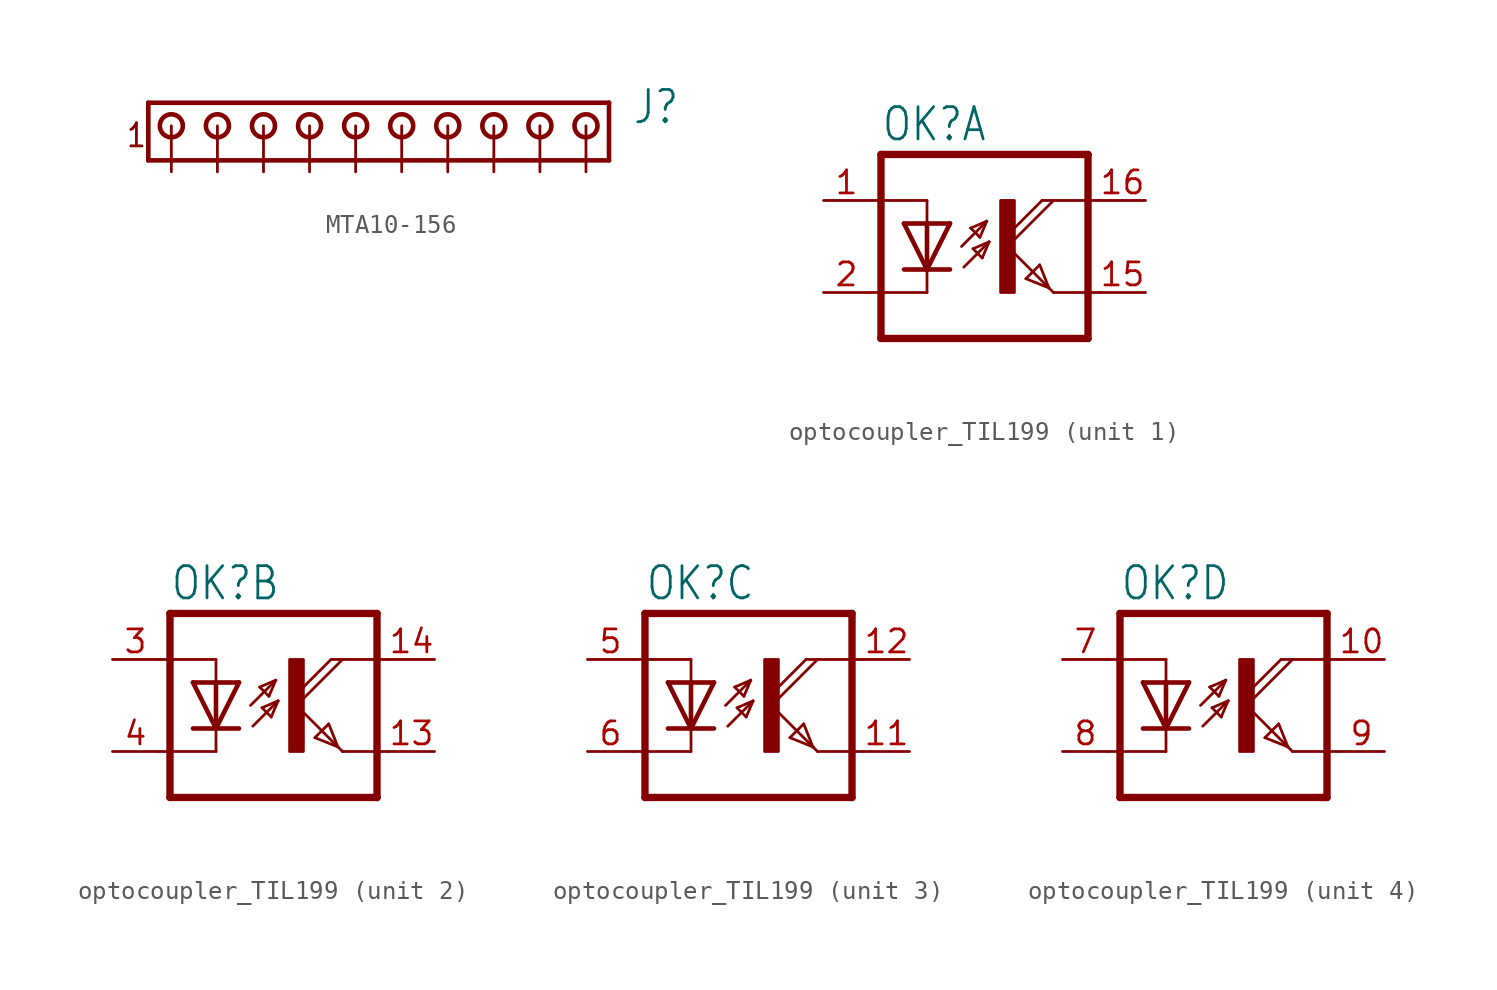
<source format=kicad_sym>
(kicad_symbol_lib
  (version 20231120)
  (generator "kicad_symbol_editor")
  (generator_version "8.0")
  (symbol "MTA10-156"
    (property "Reference" "J"
      (at 25.4 0 0)
      (effects (font (size 1.778 1.511)) (justify left bottom)))
    (property "Value" ""
      (at 25.4 -3.81 0)
      (effects (font (size 1.778 1.511)) (justify left bottom)))
    (property "ki_locked" ""
      (at 0 0 0)
      (effects (font (size 1.27 1.27))))
    (symbol "MTA10-156_1_0"
      (polyline (pts (xy -1.27 1.27) (xy -1.27 -1.905)) (stroke (width 0.254) (type solid)) (fill (type none)))
      (polyline (pts (xy -1.27 1.27) (xy 24.13 1.27)) (stroke (width 0.254) (type solid)) (fill (type none)))
      (polyline (pts (xy 24.13 -1.905) (xy -1.27 -1.905)) (stroke (width 0.254) (type solid)) (fill (type none)))
      (polyline (pts (xy 24.13 -1.905) (xy 24.13 1.27)) (stroke (width 0.254) (type solid)) (fill (type none)))
      (circle (center 0 0) (radius 0.635) (stroke (width 0.254) (type solid)) (fill (type none)))
      (circle (center 2.54 0) (radius 0.635) (stroke (width 0.254) (type solid)) (fill (type none)))
      (circle (center 5.08 0) (radius 0.635) (stroke (width 0.254) (type solid)) (fill (type none)))
      (circle (center 7.62 0) (radius 0.635) (stroke (width 0.254) (type solid)) (fill (type none)))
      (circle (center 10.16 0) (radius 0.635) (stroke (width 0.254) (type solid)) (fill (type none)))
      (circle (center 12.7 0) (radius 0.635) (stroke (width 0.254) (type solid)) (fill (type none)))
      (circle (center 15.24 0) (radius 0.635) (stroke (width 0.254) (type solid)) (fill (type none)))
      (circle (center 17.78 0) (radius 0.635) (stroke (width 0.254) (type solid)) (fill (type none)))
      (circle (center 20.32 0) (radius 0.635) (stroke (width 0.254) (type solid)) (fill (type none)))
      (circle (center 22.86 0) (radius 0.635) (stroke (width 0.254) (type solid)) (fill (type none)))
      (text "1" (at -2.54 -1.27 0) (effects (font (size 1.27 1.079)) (justify left bottom)))
      (pin passive line (at 0 -2.54 90) (length 2.54) (name "1" (effects (font (size 0 0)))) (number "1" (effects (font (size 0 0)))))
      (pin passive line (at 22.86 -2.54 90) (length 2.54) (name "10" (effects (font (size 0 0)))) (number "10" (effects (font (size 0 0)))))
      (pin passive line (at 2.54 -2.54 90) (length 2.54) (name "2" (effects (font (size 0 0)))) (number "2" (effects (font (size 0 0)))))
      (pin passive line (at 5.08 -2.54 90) (length 2.54) (name "3" (effects (font (size 0 0)))) (number "3" (effects (font (size 0 0)))))
      (pin passive line (at 7.62 -2.54 90) (length 2.54) (name "4" (effects (font (size 0 0)))) (number "4" (effects (font (size 0 0)))))
      (pin passive line (at 10.16 -2.54 90) (length 2.54) (name "5" (effects (font (size 0 0)))) (number "5" (effects (font (size 0 0)))))
      (pin passive line (at 12.7 -2.54 90) (length 2.54) (name "6" (effects (font (size 0 0)))) (number "6" (effects (font (size 0 0)))))
      (pin passive line (at 15.24 -2.54 90) (length 2.54) (name "7" (effects (font (size 0 0)))) (number "7" (effects (font (size 0 0)))))
      (pin passive line (at 17.78 -2.54 90) (length 2.54) (name "8" (effects (font (size 0 0)))) (number "8" (effects (font (size 0 0)))))
      (pin passive line (at 20.32 -2.54 90) (length 2.54) (name "9" (effects (font (size 0 0)))) (number "9" (effects (font (size 0 0)))))))
  (symbol "optocoupler_TIL199"
    (property "Reference" "OK"
      (at -6.985 5.715 0)
      (effects (font (size 1.778 1.511)) (justify left bottom)))
    (property "Value" ""
      (at -6.985 -7.62 0)
      (effects (font (size 1.778 1.511)) (justify left bottom)))
    (property "ki_locked" ""
      (at 0 0 0)
      (effects (font (size 1.27 1.27))))
    (symbol "optocoupler_TIL199_1_0"
      (rectangle (start -0.381 -2.54) (end 0.381 2.54) (stroke (width 0) (type default)) (fill (type outline)))
      (polyline (pts (xy -6.985 -5.08) (xy 4.445 -5.08)) (stroke (width 0.406) (type solid)) (fill (type none)))
      (polyline (pts (xy -6.985 5.08) (xy -6.985 -5.08)) (stroke (width 0.406) (type solid)) (fill (type none)))
      (polyline (pts (xy -6.985 5.08) (xy 4.445 5.08)) (stroke (width 0.406) (type solid)) (fill (type none)))
      (polyline (pts (xy -4.445 -2.54) (xy -7.62 -2.54)) (stroke (width 0.152) (type solid)) (fill (type none)))
      (polyline (pts (xy -4.445 -1.27) (xy -5.715 -1.27)) (stroke (width 0.254) (type solid)) (fill (type none)))
      (polyline (pts (xy -4.445 -1.27) (xy -5.715 1.27)) (stroke (width 0.254) (type solid)) (fill (type none)))
      (polyline (pts (xy -4.445 -1.27) (xy -4.445 -2.54)) (stroke (width 0.152) (type solid)) (fill (type none)))
      (polyline (pts (xy -4.445 1.27) (xy -5.715 1.27)) (stroke (width 0.254) (type solid)) (fill (type none)))
      (polyline (pts (xy -4.445 1.27) (xy -4.445 -1.27)) (stroke (width 0.254) (type solid)) (fill (type none)))
      (polyline (pts (xy -4.445 1.27) (xy -4.445 2.54)) (stroke (width 0.152) (type solid)) (fill (type none)))
      (polyline (pts (xy -4.445 2.54) (xy -7.62 2.54)) (stroke (width 0.152) (type solid)) (fill (type none)))
      (polyline (pts (xy -3.175 -1.27) (xy -4.445 -1.27)) (stroke (width 0.254) (type solid)) (fill (type none)))
      (polyline (pts (xy -3.175 1.27) (xy -4.445 -1.27)) (stroke (width 0.254) (type solid)) (fill (type none)))
      (polyline (pts (xy -3.175 1.27) (xy -4.445 1.27)) (stroke (width 0.254) (type solid)) (fill (type none)))
      (polyline (pts (xy -2.54 0) (xy -1.143 1.397)) (stroke (width 0.152) (type solid)) (fill (type none)))
      (polyline (pts (xy -2.413 -1.143) (xy -1.016 0.254)) (stroke (width 0.152) (type solid)) (fill (type none)))
      (polyline (pts (xy -2.032 1.016) (xy -1.524 0.508)) (stroke (width 0.152) (type solid)) (fill (type none)))
      (polyline (pts (xy -1.905 -0.127) (xy -1.397 -0.635)) (stroke (width 0.152) (type solid)) (fill (type none)))
      (polyline (pts (xy -1.524 0.508) (xy -1.143 1.397)) (stroke (width 0.152) (type solid)) (fill (type none)))
      (polyline (pts (xy -1.397 -0.635) (xy -1.016 0.254)) (stroke (width 0.152) (type solid)) (fill (type none)))
      (polyline (pts (xy -1.143 1.397) (xy -2.032 1.016)) (stroke (width 0.152) (type solid)) (fill (type none)))
      (polyline (pts (xy -1.016 0.254) (xy -1.905 -0.127)) (stroke (width 0.152) (type solid)) (fill (type none)))
      (polyline (pts (xy 0 0) (xy 2.286 -2.286)) (stroke (width 0.152) (type solid)) (fill (type none)))
      (polyline (pts (xy 1.016 -1.778) (xy 1.778 -1.016)) (stroke (width 0.152) (type solid)) (fill (type none)))
      (polyline (pts (xy 1.778 -1.016) (xy 2.286 -2.286)) (stroke (width 0.152) (type solid)) (fill (type none)))
      (polyline (pts (xy 1.905 2.54) (xy 0 0.635)) (stroke (width 0.152) (type solid)) (fill (type none)))
      (polyline (pts (xy 1.905 2.54) (xy 2.54 2.54)) (stroke (width 0.152) (type solid)) (fill (type none)))
      (polyline (pts (xy 2.286 -2.286) (xy 1.016 -1.778)) (stroke (width 0.152) (type solid)) (fill (type none)))
      (polyline (pts (xy 2.286 -2.286) (xy 2.54 -2.54)) (stroke (width 0.152) (type solid)) (fill (type none)))
      (polyline (pts (xy 2.54 -2.54) (xy 5.08 -2.54)) (stroke (width 0.152) (type solid)) (fill (type none)))
      (polyline (pts (xy 2.54 2.54) (xy 0 0)) (stroke (width 0.152) (type solid)) (fill (type none)))
      (polyline (pts (xy 2.54 2.54) (xy 5.08 2.54)) (stroke (width 0.152) (type solid)) (fill (type none)))
      (polyline (pts (xy 4.445 5.08) (xy 4.445 -5.08)) (stroke (width 0.406) (type solid)) (fill (type none)))
      (pin passive line (at -10.16 2.54 0) (length 2.54) (name "A" (effects (font (size 0 0)))) (number "1" (effects (font (size 1.27 1.27)))))
      (pin passive line (at 7.62 -2.54 180) (length 2.54) (name "EMI" (effects (font (size 0 0)))) (number "15" (effects (font (size 1.27 1.27)))))
      (pin passive line (at 7.62 2.54 180) (length 2.54) (name "COL" (effects (font (size 0 0)))) (number "16" (effects (font (size 1.27 1.27)))))
      (pin passive line (at -10.16 -2.54 0) (length 2.54) (name "C" (effects (font (size 0 0)))) (number "2" (effects (font (size 1.27 1.27))))))
    (symbol "optocoupler_TIL199_2_0"
      (rectangle (start -0.381 -2.54) (end 0.381 2.54) (stroke (width 0) (type default)) (fill (type outline)))
      (polyline (pts (xy -6.985 -5.08) (xy 4.445 -5.08)) (stroke (width 0.406) (type solid)) (fill (type none)))
      (polyline (pts (xy -6.985 5.08) (xy -6.985 -5.08)) (stroke (width 0.406) (type solid)) (fill (type none)))
      (polyline (pts (xy -6.985 5.08) (xy 4.445 5.08)) (stroke (width 0.406) (type solid)) (fill (type none)))
      (polyline (pts (xy -4.445 -2.54) (xy -7.62 -2.54)) (stroke (width 0.152) (type solid)) (fill (type none)))
      (polyline (pts (xy -4.445 -1.27) (xy -5.715 -1.27)) (stroke (width 0.254) (type solid)) (fill (type none)))
      (polyline (pts (xy -4.445 -1.27) (xy -5.715 1.27)) (stroke (width 0.254) (type solid)) (fill (type none)))
      (polyline (pts (xy -4.445 -1.27) (xy -4.445 -2.54)) (stroke (width 0.152) (type solid)) (fill (type none)))
      (polyline (pts (xy -4.445 1.27) (xy -5.715 1.27)) (stroke (width 0.254) (type solid)) (fill (type none)))
      (polyline (pts (xy -4.445 1.27) (xy -4.445 -1.27)) (stroke (width 0.254) (type solid)) (fill (type none)))
      (polyline (pts (xy -4.445 1.27) (xy -4.445 2.54)) (stroke (width 0.152) (type solid)) (fill (type none)))
      (polyline (pts (xy -4.445 2.54) (xy -7.62 2.54)) (stroke (width 0.152) (type solid)) (fill (type none)))
      (polyline (pts (xy -3.175 -1.27) (xy -4.445 -1.27)) (stroke (width 0.254) (type solid)) (fill (type none)))
      (polyline (pts (xy -3.175 1.27) (xy -4.445 -1.27)) (stroke (width 0.254) (type solid)) (fill (type none)))
      (polyline (pts (xy -3.175 1.27) (xy -4.445 1.27)) (stroke (width 0.254) (type solid)) (fill (type none)))
      (polyline (pts (xy -2.54 0) (xy -1.143 1.397)) (stroke (width 0.152) (type solid)) (fill (type none)))
      (polyline (pts (xy -2.413 -1.143) (xy -1.016 0.254)) (stroke (width 0.152) (type solid)) (fill (type none)))
      (polyline (pts (xy -2.032 1.016) (xy -1.524 0.508)) (stroke (width 0.152) (type solid)) (fill (type none)))
      (polyline (pts (xy -1.905 -0.127) (xy -1.397 -0.635)) (stroke (width 0.152) (type solid)) (fill (type none)))
      (polyline (pts (xy -1.524 0.508) (xy -1.143 1.397)) (stroke (width 0.152) (type solid)) (fill (type none)))
      (polyline (pts (xy -1.397 -0.635) (xy -1.016 0.254)) (stroke (width 0.152) (type solid)) (fill (type none)))
      (polyline (pts (xy -1.143 1.397) (xy -2.032 1.016)) (stroke (width 0.152) (type solid)) (fill (type none)))
      (polyline (pts (xy -1.016 0.254) (xy -1.905 -0.127)) (stroke (width 0.152) (type solid)) (fill (type none)))
      (polyline (pts (xy 0 0) (xy 2.286 -2.286)) (stroke (width 0.152) (type solid)) (fill (type none)))
      (polyline (pts (xy 1.016 -1.778) (xy 1.778 -1.016)) (stroke (width 0.152) (type solid)) (fill (type none)))
      (polyline (pts (xy 1.778 -1.016) (xy 2.286 -2.286)) (stroke (width 0.152) (type solid)) (fill (type none)))
      (polyline (pts (xy 1.905 2.54) (xy 0 0.635)) (stroke (width 0.152) (type solid)) (fill (type none)))
      (polyline (pts (xy 1.905 2.54) (xy 2.54 2.54)) (stroke (width 0.152) (type solid)) (fill (type none)))
      (polyline (pts (xy 2.286 -2.286) (xy 1.016 -1.778)) (stroke (width 0.152) (type solid)) (fill (type none)))
      (polyline (pts (xy 2.286 -2.286) (xy 2.54 -2.54)) (stroke (width 0.152) (type solid)) (fill (type none)))
      (polyline (pts (xy 2.54 -2.54) (xy 5.08 -2.54)) (stroke (width 0.152) (type solid)) (fill (type none)))
      (polyline (pts (xy 2.54 2.54) (xy 0 0)) (stroke (width 0.152) (type solid)) (fill (type none)))
      (polyline (pts (xy 2.54 2.54) (xy 5.08 2.54)) (stroke (width 0.152) (type solid)) (fill (type none)))
      (polyline (pts (xy 4.445 5.08) (xy 4.445 -5.08)) (stroke (width 0.406) (type solid)) (fill (type none)))
      (pin passive line (at 7.62 -2.54 180) (length 2.54) (name "EMI" (effects (font (size 0 0)))) (number "13" (effects (font (size 1.27 1.27)))))
      (pin passive line (at 7.62 2.54 180) (length 2.54) (name "COL" (effects (font (size 0 0)))) (number "14" (effects (font (size 1.27 1.27)))))
      (pin passive line (at -10.16 2.54 0) (length 2.54) (name "A" (effects (font (size 0 0)))) (number "3" (effects (font (size 1.27 1.27)))))
      (pin passive line (at -10.16 -2.54 0) (length 2.54) (name "C" (effects (font (size 0 0)))) (number "4" (effects (font (size 1.27 1.27))))))
    (symbol "optocoupler_TIL199_3_0"
      (rectangle (start -0.381 -2.54) (end 0.381 2.54) (stroke (width 0) (type default)) (fill (type outline)))
      (polyline (pts (xy -6.985 -5.08) (xy 4.445 -5.08)) (stroke (width 0.406) (type solid)) (fill (type none)))
      (polyline (pts (xy -6.985 5.08) (xy -6.985 -5.08)) (stroke (width 0.406) (type solid)) (fill (type none)))
      (polyline (pts (xy -6.985 5.08) (xy 4.445 5.08)) (stroke (width 0.406) (type solid)) (fill (type none)))
      (polyline (pts (xy -4.445 -2.54) (xy -7.62 -2.54)) (stroke (width 0.152) (type solid)) (fill (type none)))
      (polyline (pts (xy -4.445 -1.27) (xy -5.715 -1.27)) (stroke (width 0.254) (type solid)) (fill (type none)))
      (polyline (pts (xy -4.445 -1.27) (xy -5.715 1.27)) (stroke (width 0.254) (type solid)) (fill (type none)))
      (polyline (pts (xy -4.445 -1.27) (xy -4.445 -2.54)) (stroke (width 0.152) (type solid)) (fill (type none)))
      (polyline (pts (xy -4.445 1.27) (xy -5.715 1.27)) (stroke (width 0.254) (type solid)) (fill (type none)))
      (polyline (pts (xy -4.445 1.27) (xy -4.445 -1.27)) (stroke (width 0.254) (type solid)) (fill (type none)))
      (polyline (pts (xy -4.445 1.27) (xy -4.445 2.54)) (stroke (width 0.152) (type solid)) (fill (type none)))
      (polyline (pts (xy -4.445 2.54) (xy -7.62 2.54)) (stroke (width 0.152) (type solid)) (fill (type none)))
      (polyline (pts (xy -3.175 -1.27) (xy -4.445 -1.27)) (stroke (width 0.254) (type solid)) (fill (type none)))
      (polyline (pts (xy -3.175 1.27) (xy -4.445 -1.27)) (stroke (width 0.254) (type solid)) (fill (type none)))
      (polyline (pts (xy -3.175 1.27) (xy -4.445 1.27)) (stroke (width 0.254) (type solid)) (fill (type none)))
      (polyline (pts (xy -2.54 0) (xy -1.143 1.397)) (stroke (width 0.152) (type solid)) (fill (type none)))
      (polyline (pts (xy -2.413 -1.143) (xy -1.016 0.254)) (stroke (width 0.152) (type solid)) (fill (type none)))
      (polyline (pts (xy -2.032 1.016) (xy -1.524 0.508)) (stroke (width 0.152) (type solid)) (fill (type none)))
      (polyline (pts (xy -1.905 -0.127) (xy -1.397 -0.635)) (stroke (width 0.152) (type solid)) (fill (type none)))
      (polyline (pts (xy -1.524 0.508) (xy -1.143 1.397)) (stroke (width 0.152) (type solid)) (fill (type none)))
      (polyline (pts (xy -1.397 -0.635) (xy -1.016 0.254)) (stroke (width 0.152) (type solid)) (fill (type none)))
      (polyline (pts (xy -1.143 1.397) (xy -2.032 1.016)) (stroke (width 0.152) (type solid)) (fill (type none)))
      (polyline (pts (xy -1.016 0.254) (xy -1.905 -0.127)) (stroke (width 0.152) (type solid)) (fill (type none)))
      (polyline (pts (xy 0 0) (xy 2.286 -2.286)) (stroke (width 0.152) (type solid)) (fill (type none)))
      (polyline (pts (xy 1.016 -1.778) (xy 1.778 -1.016)) (stroke (width 0.152) (type solid)) (fill (type none)))
      (polyline (pts (xy 1.778 -1.016) (xy 2.286 -2.286)) (stroke (width 0.152) (type solid)) (fill (type none)))
      (polyline (pts (xy 1.905 2.54) (xy 0 0.635)) (stroke (width 0.152) (type solid)) (fill (type none)))
      (polyline (pts (xy 1.905 2.54) (xy 2.54 2.54)) (stroke (width 0.152) (type solid)) (fill (type none)))
      (polyline (pts (xy 2.286 -2.286) (xy 1.016 -1.778)) (stroke (width 0.152) (type solid)) (fill (type none)))
      (polyline (pts (xy 2.286 -2.286) (xy 2.54 -2.54)) (stroke (width 0.152) (type solid)) (fill (type none)))
      (polyline (pts (xy 2.54 -2.54) (xy 5.08 -2.54)) (stroke (width 0.152) (type solid)) (fill (type none)))
      (polyline (pts (xy 2.54 2.54) (xy 0 0)) (stroke (width 0.152) (type solid)) (fill (type none)))
      (polyline (pts (xy 2.54 2.54) (xy 5.08 2.54)) (stroke (width 0.152) (type solid)) (fill (type none)))
      (polyline (pts (xy 4.445 5.08) (xy 4.445 -5.08)) (stroke (width 0.406) (type solid)) (fill (type none)))
      (pin passive line (at 7.62 -2.54 180) (length 2.54) (name "EMI" (effects (font (size 0 0)))) (number "11" (effects (font (size 1.27 1.27)))))
      (pin passive line (at 7.62 2.54 180) (length 2.54) (name "COL" (effects (font (size 0 0)))) (number "12" (effects (font (size 1.27 1.27)))))
      (pin passive line (at -10.16 2.54 0) (length 2.54) (name "A" (effects (font (size 0 0)))) (number "5" (effects (font (size 1.27 1.27)))))
      (pin passive line (at -10.16 -2.54 0) (length 2.54) (name "C" (effects (font (size 0 0)))) (number "6" (effects (font (size 1.27 1.27))))))
    (symbol "optocoupler_TIL199_4_0"
      (rectangle (start -0.381 -2.54) (end 0.381 2.54) (stroke (width 0) (type default)) (fill (type outline)))
      (polyline (pts (xy -6.985 -5.08) (xy 4.445 -5.08)) (stroke (width 0.406) (type solid)) (fill (type none)))
      (polyline (pts (xy -6.985 5.08) (xy -6.985 -5.08)) (stroke (width 0.406) (type solid)) (fill (type none)))
      (polyline (pts (xy -6.985 5.08) (xy 4.445 5.08)) (stroke (width 0.406) (type solid)) (fill (type none)))
      (polyline (pts (xy -4.445 -2.54) (xy -7.62 -2.54)) (stroke (width 0.152) (type solid)) (fill (type none)))
      (polyline (pts (xy -4.445 -1.27) (xy -5.715 -1.27)) (stroke (width 0.254) (type solid)) (fill (type none)))
      (polyline (pts (xy -4.445 -1.27) (xy -5.715 1.27)) (stroke (width 0.254) (type solid)) (fill (type none)))
      (polyline (pts (xy -4.445 -1.27) (xy -4.445 -2.54)) (stroke (width 0.152) (type solid)) (fill (type none)))
      (polyline (pts (xy -4.445 1.27) (xy -5.715 1.27)) (stroke (width 0.254) (type solid)) (fill (type none)))
      (polyline (pts (xy -4.445 1.27) (xy -4.445 -1.27)) (stroke (width 0.254) (type solid)) (fill (type none)))
      (polyline (pts (xy -4.445 1.27) (xy -4.445 2.54)) (stroke (width 0.152) (type solid)) (fill (type none)))
      (polyline (pts (xy -4.445 2.54) (xy -7.62 2.54)) (stroke (width 0.152) (type solid)) (fill (type none)))
      (polyline (pts (xy -3.175 -1.27) (xy -4.445 -1.27)) (stroke (width 0.254) (type solid)) (fill (type none)))
      (polyline (pts (xy -3.175 1.27) (xy -4.445 -1.27)) (stroke (width 0.254) (type solid)) (fill (type none)))
      (polyline (pts (xy -3.175 1.27) (xy -4.445 1.27)) (stroke (width 0.254) (type solid)) (fill (type none)))
      (polyline (pts (xy -2.54 0) (xy -1.143 1.397)) (stroke (width 0.152) (type solid)) (fill (type none)))
      (polyline (pts (xy -2.413 -1.143) (xy -1.016 0.254)) (stroke (width 0.152) (type solid)) (fill (type none)))
      (polyline (pts (xy -2.032 1.016) (xy -1.524 0.508)) (stroke (width 0.152) (type solid)) (fill (type none)))
      (polyline (pts (xy -1.905 -0.127) (xy -1.397 -0.635)) (stroke (width 0.152) (type solid)) (fill (type none)))
      (polyline (pts (xy -1.524 0.508) (xy -1.143 1.397)) (stroke (width 0.152) (type solid)) (fill (type none)))
      (polyline (pts (xy -1.397 -0.635) (xy -1.016 0.254)) (stroke (width 0.152) (type solid)) (fill (type none)))
      (polyline (pts (xy -1.143 1.397) (xy -2.032 1.016)) (stroke (width 0.152) (type solid)) (fill (type none)))
      (polyline (pts (xy -1.016 0.254) (xy -1.905 -0.127)) (stroke (width 0.152) (type solid)) (fill (type none)))
      (polyline (pts (xy 0 0) (xy 2.286 -2.286)) (stroke (width 0.152) (type solid)) (fill (type none)))
      (polyline (pts (xy 1.016 -1.778) (xy 1.778 -1.016)) (stroke (width 0.152) (type solid)) (fill (type none)))
      (polyline (pts (xy 1.778 -1.016) (xy 2.286 -2.286)) (stroke (width 0.152) (type solid)) (fill (type none)))
      (polyline (pts (xy 1.905 2.54) (xy 0 0.635)) (stroke (width 0.152) (type solid)) (fill (type none)))
      (polyline (pts (xy 1.905 2.54) (xy 2.54 2.54)) (stroke (width 0.152) (type solid)) (fill (type none)))
      (polyline (pts (xy 2.286 -2.286) (xy 1.016 -1.778)) (stroke (width 0.152) (type solid)) (fill (type none)))
      (polyline (pts (xy 2.286 -2.286) (xy 2.54 -2.54)) (stroke (width 0.152) (type solid)) (fill (type none)))
      (polyline (pts (xy 2.54 -2.54) (xy 5.08 -2.54)) (stroke (width 0.152) (type solid)) (fill (type none)))
      (polyline (pts (xy 2.54 2.54) (xy 0 0)) (stroke (width 0.152) (type solid)) (fill (type none)))
      (polyline (pts (xy 2.54 2.54) (xy 5.08 2.54)) (stroke (width 0.152) (type solid)) (fill (type none)))
      (polyline (pts (xy 4.445 5.08) (xy 4.445 -5.08)) (stroke (width 0.406) (type solid)) (fill (type none)))
      (pin passive line (at 7.62 2.54 180) (length 2.54) (name "COL" (effects (font (size 0 0)))) (number "10" (effects (font (size 1.27 1.27)))))
      (pin passive line (at -10.16 2.54 0) (length 2.54) (name "A" (effects (font (size 0 0)))) (number "7" (effects (font (size 1.27 1.27)))))
      (pin passive line (at -10.16 -2.54 0) (length 2.54) (name "C" (effects (font (size 0 0)))) (number "8" (effects (font (size 1.27 1.27)))))
      (pin passive line (at 7.62 -2.54 180) (length 2.54) (name "EMI" (effects (font (size 0 0)))) (number "9" (effects (font (size 1.27 1.27))))))))
</source>
